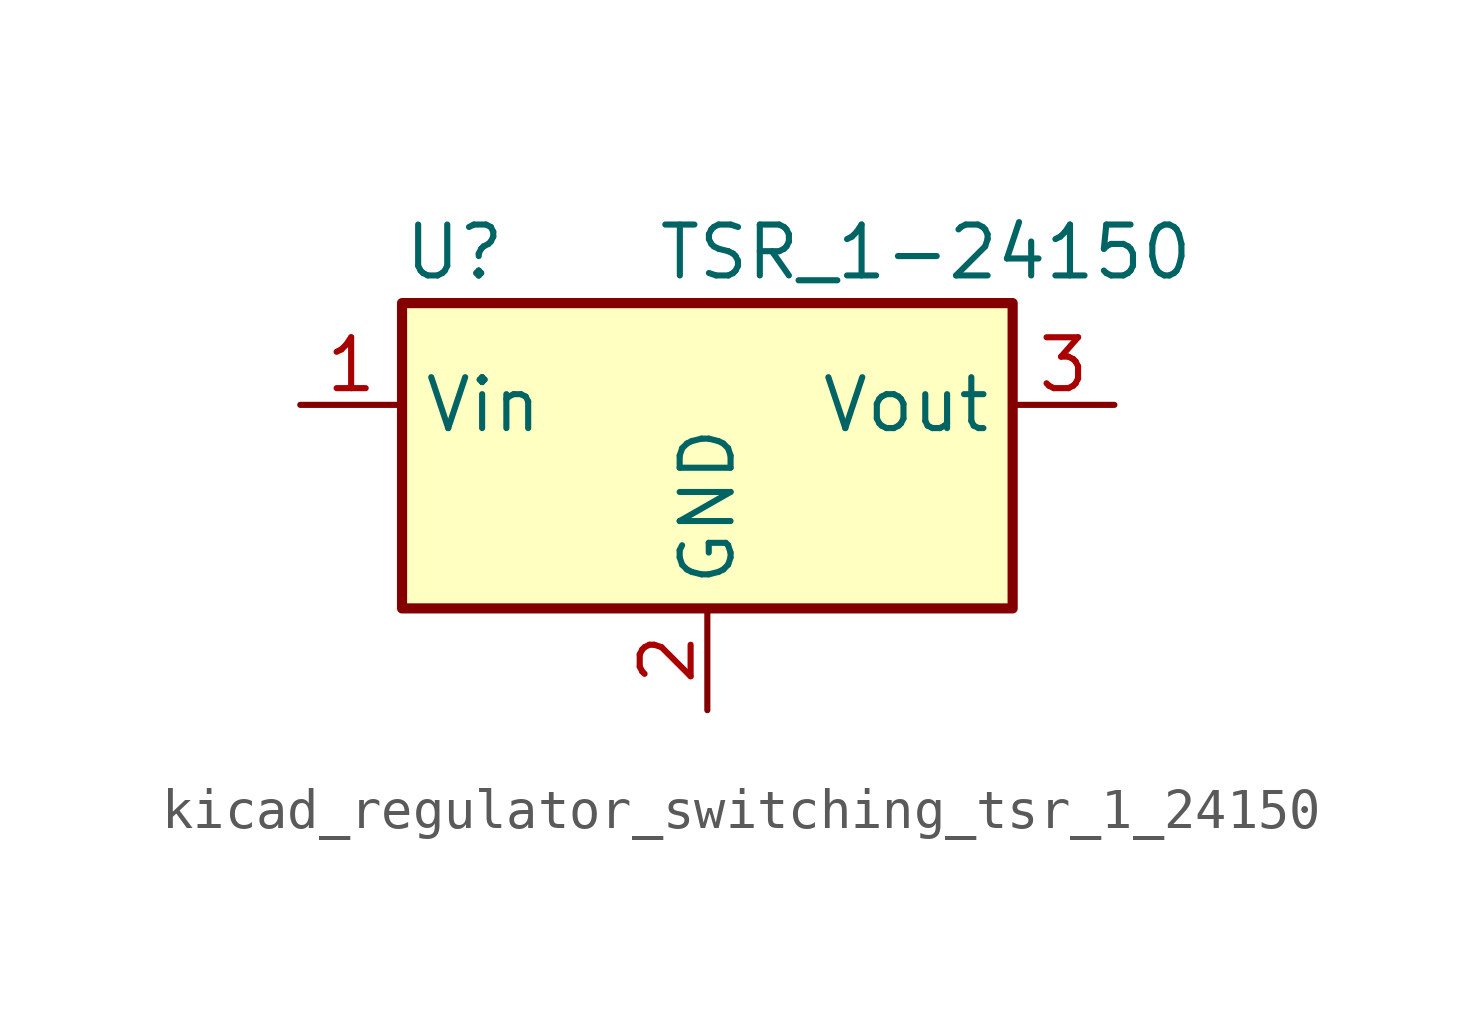
<source format=kicad_sym>
(kicad_symbol_lib
  (version 20220914)
  (generator kicad_symbol_editor)
  (symbol "kicad_regulator_switching_tsr_1_24150"
    (property "Reference" "U"
      (at -7.62 6.35 0)
      (effects (font (size 1.27 1.27)) (justify left)))
    (property "Value" "TSR_1-24150"
      (at -1.27 6.35 0)
      (effects (font (size 1.27 1.27)) (justify left)))
    (symbol "kicad_regulator_switching_tsr_1_24150_0_1"
      (rectangle (start -7.62 5.08) (end 7.62 -2.54) (stroke (width 0.254) (type default)) (fill (type background))))
    (symbol "kicad_regulator_switching_tsr_1_24150_1_1"
      (pin power_in line (at -10.16 2.54 0) (length 2.54) (name "Vin" (effects (font (size 1.27 1.27)))) (number "1" (effects (font (size 1.27 1.27)))))
      (pin power_in line (at 0 -5.08 90) (length 2.54) (name "GND" (effects (font (size 1.27 1.27)))) (number "2" (effects (font (size 1.27 1.27)))))
      (pin power_out line (at 10.16 2.54 180) (length 2.54) (name "Vout" (effects (font (size 1.27 1.27)))) (number "3" (effects (font (size 1.27 1.27))))))))
</source>
